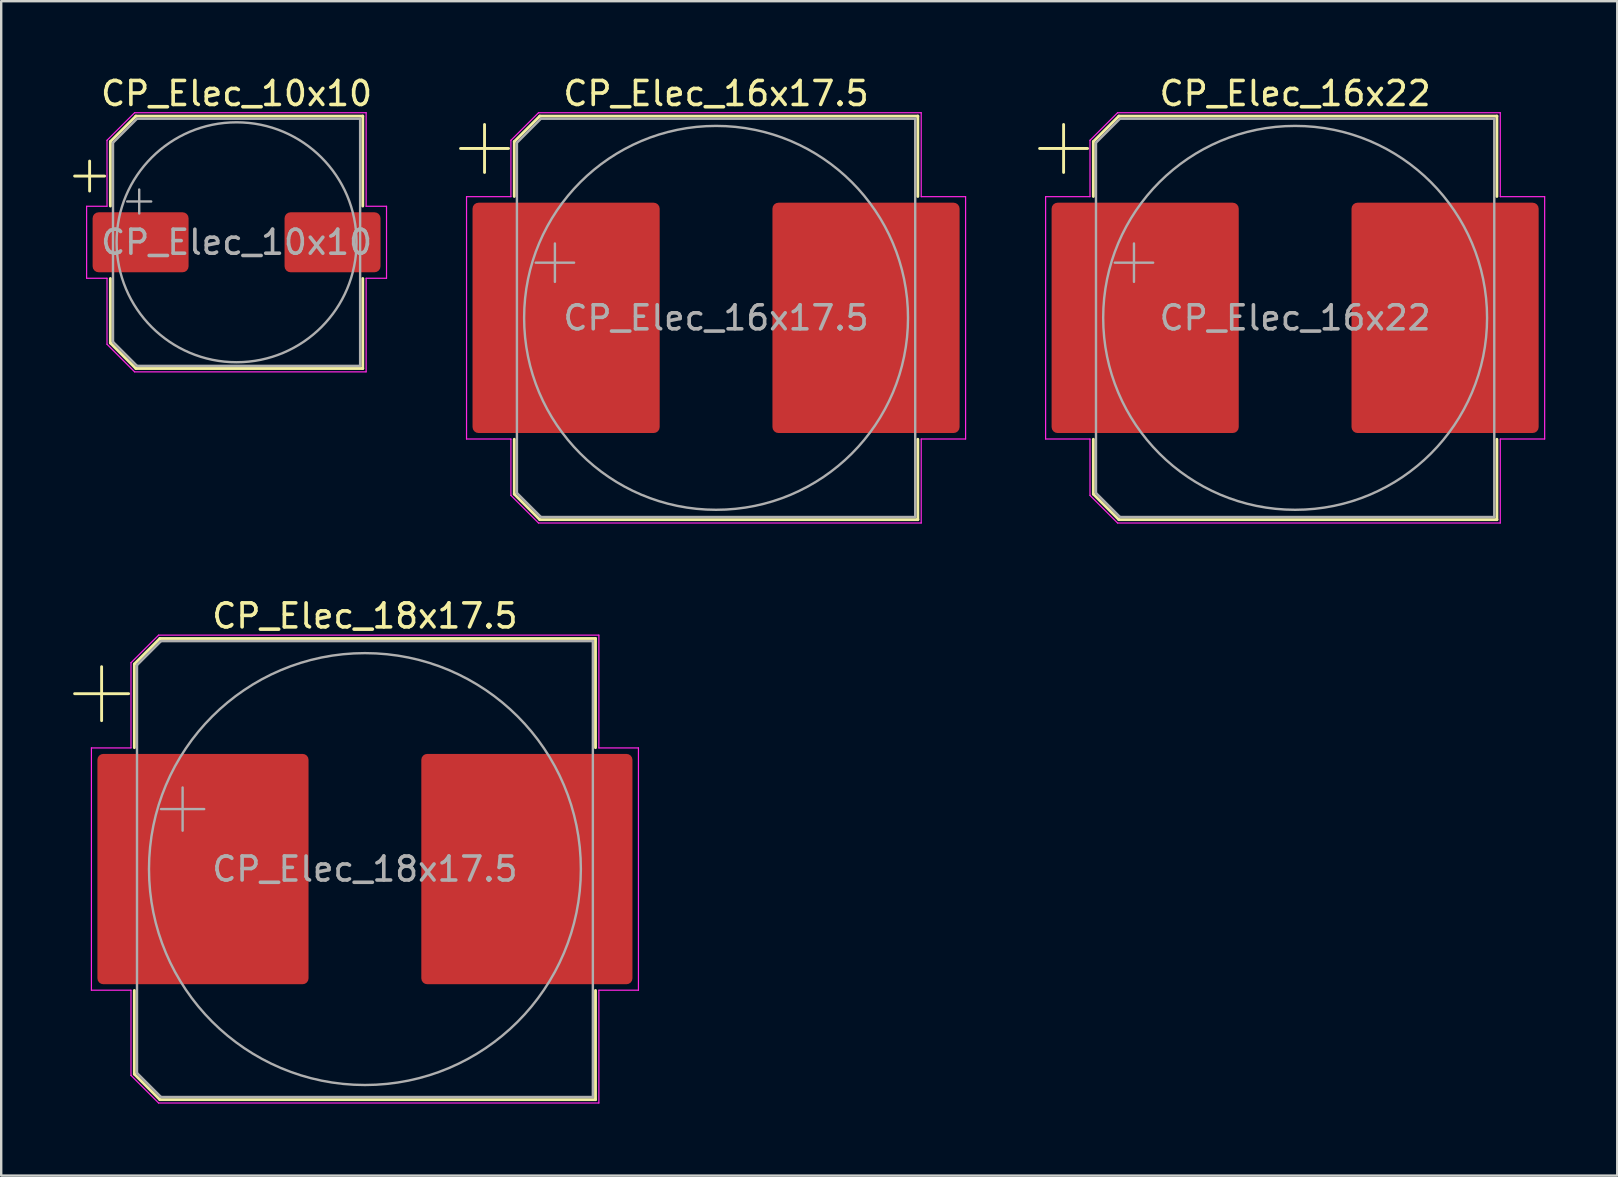
<source format=kicad_pcb>
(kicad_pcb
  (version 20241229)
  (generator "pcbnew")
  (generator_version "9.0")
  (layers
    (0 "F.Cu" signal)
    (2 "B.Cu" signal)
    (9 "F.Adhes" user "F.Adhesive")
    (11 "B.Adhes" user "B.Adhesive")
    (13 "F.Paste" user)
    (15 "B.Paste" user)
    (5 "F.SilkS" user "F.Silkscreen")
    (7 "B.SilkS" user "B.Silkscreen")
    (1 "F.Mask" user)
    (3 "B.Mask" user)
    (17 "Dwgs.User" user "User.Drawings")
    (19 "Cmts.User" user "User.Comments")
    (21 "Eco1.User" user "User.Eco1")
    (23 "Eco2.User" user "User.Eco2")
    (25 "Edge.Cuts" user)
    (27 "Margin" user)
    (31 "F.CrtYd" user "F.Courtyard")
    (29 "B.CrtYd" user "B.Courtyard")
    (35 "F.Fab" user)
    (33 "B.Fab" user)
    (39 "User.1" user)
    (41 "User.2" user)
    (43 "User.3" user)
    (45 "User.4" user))
  (footprint "CP_Elec_16x17.5"
    (layer "F.Cu")
    (at 26.795 10.198)
    (property "Reference" "CP_Elec_16x17.5" (at 0 -9.35 0) (layer "F.SilkS") (effects (font (size 1 1) (thickness 0.15))))
    (attr smd)
    (fp_line (start -10.65 -7.06) (end -8.65 -7.06) (stroke (width 0.12) (type solid)) (layer "F.SilkS"))
    (fp_line (start -9.65 -8.06) (end -9.65 -6.06) (stroke (width 0.12) (type solid)) (layer "F.SilkS"))
    (fp_line (start -8.41 -7.346) (end -8.41 -5.06) (stroke (width 0.12) (type solid)) (layer "F.SilkS"))
    (fp_line (start -8.41 -7.346) (end -7.346 -8.41) (stroke (width 0.12) (type solid)) (layer "F.SilkS"))
    (fp_line (start -8.41 7.346) (end -8.41 5.06) (stroke (width 0.12) (type solid)) (layer "F.SilkS"))
    (fp_line (start -8.41 7.346) (end -7.346 8.41) (stroke (width 0.12) (type solid)) (layer "F.SilkS"))
    (fp_line (start -7.346 -8.41) (end 8.41 -8.41) (stroke (width 0.12) (type solid)) (layer "F.SilkS"))
    (fp_line (start -7.346 8.41) (end 8.41 8.41) (stroke (width 0.12) (type solid)) (layer "F.SilkS"))
    (fp_line (start 8.41 -8.41) (end 8.41 -5.06) (stroke (width 0.12) (type solid)) (layer "F.SilkS"))
    (fp_line (start 8.41 8.41) (end 8.41 5.06) (stroke (width 0.12) (type solid)) (layer "F.SilkS"))
    (fp_line (start -10.4 -5.05) (end -10.4 5.05) (stroke (width 0.05) (type solid)) (layer "F.CrtYd"))
    (fp_line (start -10.4 5.05) (end -8.55 5.05) (stroke (width 0.05) (type solid)) (layer "F.CrtYd"))
    (fp_line (start -8.55 -7.4) (end -8.55 -5.05) (stroke (width 0.05) (type solid)) (layer "F.CrtYd"))
    (fp_line (start -8.55 -7.4) (end -7.4 -8.55) (stroke (width 0.05) (type solid)) (layer "F.CrtYd"))
    (fp_line (start -8.55 -5.05) (end -10.4 -5.05) (stroke (width 0.05) (type solid)) (layer "F.CrtYd"))
    (fp_line (start -8.55 5.05) (end -8.55 7.4) (stroke (width 0.05) (type solid)) (layer "F.CrtYd"))
    (fp_line (start -8.55 7.4) (end -7.4 8.55) (stroke (width 0.05) (type solid)) (layer "F.CrtYd"))
    (fp_line (start -7.4 -8.55) (end 8.55 -8.55) (stroke (width 0.05) (type solid)) (layer "F.CrtYd"))
    (fp_line (start -7.4 8.55) (end 8.55 8.55) (stroke (width 0.05) (type solid)) (layer "F.CrtYd"))
    (fp_line (start 8.55 -8.55) (end 8.55 -5.05) (stroke (width 0.05) (type solid)) (layer "F.CrtYd"))
    (fp_line (start 8.55 -5.05) (end 10.4 -5.05) (stroke (width 0.05) (type solid)) (layer "F.CrtYd"))
    (fp_line (start 8.55 5.05) (end 8.55 8.55) (stroke (width 0.05) (type solid)) (layer "F.CrtYd"))
    (fp_line (start 10.4 -5.05) (end 10.4 5.05) (stroke (width 0.05) (type solid)) (layer "F.CrtYd"))
    (fp_line (start 10.4 5.05) (end 8.55 5.05) (stroke (width 0.05) (type solid)) (layer "F.CrtYd"))
    (fp_line (start -8.3 -7.3) (end -8.3 7.3) (stroke (width 0.1) (type solid)) (layer "F.Fab"))
    (fp_line (start -8.3 -7.3) (end -7.3 -8.3) (stroke (width 0.1) (type solid)) (layer "F.Fab"))
    (fp_line (start -8.3 7.3) (end -7.3 8.3) (stroke (width 0.1) (type solid)) (layer "F.Fab"))
    (fp_line (start -7.517 -2.3) (end -5.917 -2.3) (stroke (width 0.1) (type solid)) (layer "F.Fab"))
    (fp_line (start -7.3 -8.3) (end 8.3 -8.3) (stroke (width 0.1) (type solid)) (layer "F.Fab"))
    (fp_line (start -7.3 8.3) (end 8.3 8.3) (stroke (width 0.1) (type solid)) (layer "F.Fab"))
    (fp_line (start -6.717 -3.1) (end -6.717 -1.5) (stroke (width 0.1) (type solid)) (layer "F.Fab"))
    (fp_line (start 8.3 -8.3) (end 8.3 8.3) (stroke (width 0.1) (type solid)) (layer "F.Fab"))
    (fp_circle (center 0 0) (end 8 0) (stroke (width 0.1) (type solid)) (fill no) (layer "F.Fab"))
    (fp_text user "${REFERENCE}" (at 0 0 0) (layer "F.Fab") (effects (font (size 1 1) (thickness 0.15))))
    (pad "1" smd roundrect (at -6.25 0) (size 7.8 9.6) (layers "F.Cu" "F.Mask" "F.Paste") (roundrect_rratio 0.032))
    (pad "2" smd roundrect (at 6.25 0) (size 7.8 9.6) (layers "F.Cu" "F.Mask" "F.Paste") (roundrect_rratio 0.032)))
  (footprint "CP_Elec_10x10"
    (layer "F.Cu")
    (at 6.81 7.048)
    (property "Reference" "CP_Elec_10x10" (at 0 -6.2 0) (layer "F.SilkS") (effects (font (size 1 1) (thickness 0.15))))
    (attr smd)
    (fp_line (start -6.75 -2.76) (end -5.5 -2.76) (stroke (width 0.12) (type solid)) (layer "F.SilkS"))
    (fp_line (start -6.125 -3.385) (end -6.125 -2.135) (stroke (width 0.12) (type solid)) (layer "F.SilkS"))
    (fp_line (start -5.26 -4.196) (end -5.26 -1.51) (stroke (width 0.12) (type solid)) (layer "F.SilkS"))
    (fp_line (start -5.26 -4.196) (end -4.196 -5.26) (stroke (width 0.12) (type solid)) (layer "F.SilkS"))
    (fp_line (start -5.26 4.196) (end -5.26 1.51) (stroke (width 0.12) (type solid)) (layer "F.SilkS"))
    (fp_line (start -5.26 4.196) (end -4.196 5.26) (stroke (width 0.12) (type solid)) (layer "F.SilkS"))
    (fp_line (start -4.196 -5.26) (end 5.26 -5.26) (stroke (width 0.12) (type solid)) (layer "F.SilkS"))
    (fp_line (start -4.196 5.26) (end 5.26 5.26) (stroke (width 0.12) (type solid)) (layer "F.SilkS"))
    (fp_line (start 5.26 -5.26) (end 5.26 -1.51) (stroke (width 0.12) (type solid)) (layer "F.SilkS"))
    (fp_line (start 5.26 5.26) (end 5.26 1.51) (stroke (width 0.12) (type solid)) (layer "F.SilkS"))
    (fp_line (start -6.25 -1.5) (end -6.25 1.5) (stroke (width 0.05) (type solid)) (layer "F.CrtYd"))
    (fp_line (start -6.25 1.5) (end -5.4 1.5) (stroke (width 0.05) (type solid)) (layer "F.CrtYd"))
    (fp_line (start -5.4 -4.25) (end -5.4 -1.5) (stroke (width 0.05) (type solid)) (layer "F.CrtYd"))
    (fp_line (start -5.4 -4.25) (end -4.25 -5.4) (stroke (width 0.05) (type solid)) (layer "F.CrtYd"))
    (fp_line (start -5.4 -1.5) (end -6.25 -1.5) (stroke (width 0.05) (type solid)) (layer "F.CrtYd"))
    (fp_line (start -5.4 1.5) (end -5.4 4.25) (stroke (width 0.05) (type solid)) (layer "F.CrtYd"))
    (fp_line (start -5.4 4.25) (end -4.25 5.4) (stroke (width 0.05) (type solid)) (layer "F.CrtYd"))
    (fp_line (start -4.25 -5.4) (end 5.4 -5.4) (stroke (width 0.05) (type solid)) (layer "F.CrtYd"))
    (fp_line (start -4.25 5.4) (end 5.4 5.4) (stroke (width 0.05) (type solid)) (layer "F.CrtYd"))
    (fp_line (start 5.4 -5.4) (end 5.4 -1.5) (stroke (width 0.05) (type solid)) (layer "F.CrtYd"))
    (fp_line (start 5.4 -1.5) (end 6.25 -1.5) (stroke (width 0.05) (type solid)) (layer "F.CrtYd"))
    (fp_line (start 5.4 1.5) (end 5.4 5.4) (stroke (width 0.05) (type solid)) (layer "F.CrtYd"))
    (fp_line (start 6.25 -1.5) (end 6.25 1.5) (stroke (width 0.05) (type solid)) (layer "F.CrtYd"))
    (fp_line (start 6.25 1.5) (end 5.4 1.5) (stroke (width 0.05) (type solid)) (layer "F.CrtYd"))
    (fp_line (start -5.15 -4.15) (end -5.15 4.15) (stroke (width 0.1) (type solid)) (layer "F.Fab"))
    (fp_line (start -5.15 -4.15) (end -4.15 -5.15) (stroke (width 0.1) (type solid)) (layer "F.Fab"))
    (fp_line (start -5.15 4.15) (end -4.15 5.15) (stroke (width 0.1) (type solid)) (layer "F.Fab"))
    (fp_line (start -4.558 -1.7) (end -3.558 -1.7) (stroke (width 0.1) (type solid)) (layer "F.Fab"))
    (fp_line (start -4.15 -5.15) (end 5.15 -5.15) (stroke (width 0.1) (type solid)) (layer "F.Fab"))
    (fp_line (start -4.15 5.15) (end 5.15 5.15) (stroke (width 0.1) (type solid)) (layer "F.Fab"))
    (fp_line (start -4.058 -2.2) (end -4.058 -1.2) (stroke (width 0.1) (type solid)) (layer "F.Fab"))
    (fp_line (start 5.15 -5.15) (end 5.15 5.15) (stroke (width 0.1) (type solid)) (layer "F.Fab"))
    (fp_circle (center 0 0) (end 5 0) (stroke (width 0.1) (type solid)) (fill no) (layer "F.Fab"))
    (fp_text user "${REFERENCE}" (at 0 0 0) (layer "F.Fab") (effects (font (size 1 1) (thickness 0.15))))
    (pad "1" smd roundrect (at -4 0) (size 4 2.5) (layers "F.Cu" "F.Mask" "F.Paste") (roundrect_rratio 0.1))
    (pad "2" smd roundrect (at 4 0) (size 4 2.5) (layers "F.Cu" "F.Mask" "F.Paste") (roundrect_rratio 0.1)))
  (footprint "CP_Elec_16x22"
    (layer "F.Cu")
    (at 50.93 10.198)
    (property "Reference" "CP_Elec_16x22" (at 0 -9.35 0) (layer "F.SilkS") (effects (font (size 1 1) (thickness 0.15))))
    (attr smd)
    (fp_line (start -10.65 -7.06) (end -8.65 -7.06) (stroke (width 0.12) (type solid)) (layer "F.SilkS"))
    (fp_line (start -9.65 -8.06) (end -9.65 -6.06) (stroke (width 0.12) (type solid)) (layer "F.SilkS"))
    (fp_line (start -8.41 -7.346) (end -8.41 -5.06) (stroke (width 0.12) (type solid)) (layer "F.SilkS"))
    (fp_line (start -8.41 -7.346) (end -7.346 -8.41) (stroke (width 0.12) (type solid)) (layer "F.SilkS"))
    (fp_line (start -8.41 7.346) (end -8.41 5.06) (stroke (width 0.12) (type solid)) (layer "F.SilkS"))
    (fp_line (start -8.41 7.346) (end -7.346 8.41) (stroke (width 0.12) (type solid)) (layer "F.SilkS"))
    (fp_line (start -7.346 -8.41) (end 8.41 -8.41) (stroke (width 0.12) (type solid)) (layer "F.SilkS"))
    (fp_line (start -7.346 8.41) (end 8.41 8.41) (stroke (width 0.12) (type solid)) (layer "F.SilkS"))
    (fp_line (start 8.41 -8.41) (end 8.41 -5.06) (stroke (width 0.12) (type solid)) (layer "F.SilkS"))
    (fp_line (start 8.41 8.41) (end 8.41 5.06) (stroke (width 0.12) (type solid)) (layer "F.SilkS"))
    (fp_line (start -10.4 -5.05) (end -10.4 5.05) (stroke (width 0.05) (type solid)) (layer "F.CrtYd"))
    (fp_line (start -10.4 5.05) (end -8.55 5.05) (stroke (width 0.05) (type solid)) (layer "F.CrtYd"))
    (fp_line (start -8.55 -7.4) (end -8.55 -5.05) (stroke (width 0.05) (type solid)) (layer "F.CrtYd"))
    (fp_line (start -8.55 -7.4) (end -7.4 -8.55) (stroke (width 0.05) (type solid)) (layer "F.CrtYd"))
    (fp_line (start -8.55 -5.05) (end -10.4 -5.05) (stroke (width 0.05) (type solid)) (layer "F.CrtYd"))
    (fp_line (start -8.55 5.05) (end -8.55 7.4) (stroke (width 0.05) (type solid)) (layer "F.CrtYd"))
    (fp_line (start -8.55 7.4) (end -7.4 8.55) (stroke (width 0.05) (type solid)) (layer "F.CrtYd"))
    (fp_line (start -7.4 -8.55) (end 8.55 -8.55) (stroke (width 0.05) (type solid)) (layer "F.CrtYd"))
    (fp_line (start -7.4 8.55) (end 8.55 8.55) (stroke (width 0.05) (type solid)) (layer "F.CrtYd"))
    (fp_line (start 8.55 -8.55) (end 8.55 -5.05) (stroke (width 0.05) (type solid)) (layer "F.CrtYd"))
    (fp_line (start 8.55 -5.05) (end 10.4 -5.05) (stroke (width 0.05) (type solid)) (layer "F.CrtYd"))
    (fp_line (start 8.55 5.05) (end 8.55 8.55) (stroke (width 0.05) (type solid)) (layer "F.CrtYd"))
    (fp_line (start 10.4 -5.05) (end 10.4 5.05) (stroke (width 0.05) (type solid)) (layer "F.CrtYd"))
    (fp_line (start 10.4 5.05) (end 8.55 5.05) (stroke (width 0.05) (type solid)) (layer "F.CrtYd"))
    (fp_line (start -8.3 -7.3) (end -8.3 7.3) (stroke (width 0.1) (type solid)) (layer "F.Fab"))
    (fp_line (start -8.3 -7.3) (end -7.3 -8.3) (stroke (width 0.1) (type solid)) (layer "F.Fab"))
    (fp_line (start -8.3 7.3) (end -7.3 8.3) (stroke (width 0.1) (type solid)) (layer "F.Fab"))
    (fp_line (start -7.517 -2.3) (end -5.917 -2.3) (stroke (width 0.1) (type solid)) (layer "F.Fab"))
    (fp_line (start -7.3 -8.3) (end 8.3 -8.3) (stroke (width 0.1) (type solid)) (layer "F.Fab"))
    (fp_line (start -7.3 8.3) (end 8.3 8.3) (stroke (width 0.1) (type solid)) (layer "F.Fab"))
    (fp_line (start -6.717 -3.1) (end -6.717 -1.5) (stroke (width 0.1) (type solid)) (layer "F.Fab"))
    (fp_line (start 8.3 -8.3) (end 8.3 8.3) (stroke (width 0.1) (type solid)) (layer "F.Fab"))
    (fp_circle (center 0 0) (end 8 0) (stroke (width 0.1) (type solid)) (fill no) (layer "F.Fab"))
    (fp_text user "${REFERENCE}" (at 0 0 0) (layer "F.Fab") (effects (font (size 1 1) (thickness 0.15))))
    (pad "1" smd roundrect (at -6.25 0) (size 7.8 9.6) (layers "F.Cu" "F.Mask" "F.Paste") (roundrect_rratio 0.032))
    (pad "2" smd roundrect (at 6.25 0) (size 7.8 9.6) (layers "F.Cu" "F.Mask" "F.Paste") (roundrect_rratio 0.032)))
  (footprint "CP_Elec_18x17.5"
    (layer "F.Cu")
    (at 12.16 33.172)
    (property "Reference" "CP_Elec_18x17.5" (at 0 -10.55 0) (layer "F.SilkS") (effects (font (size 1 1) (thickness 0.15))))
    (attr smd)
    (fp_line (start -12.1 -7.31) (end -9.85 -7.31) (stroke (width 0.12) (type solid)) (layer "F.SilkS"))
    (fp_line (start -10.975 -8.435) (end -10.975 -6.185) (stroke (width 0.12) (type solid)) (layer "F.SilkS"))
    (fp_line (start -9.61 -8.546) (end -9.61 -5.06) (stroke (width 0.12) (type solid)) (layer "F.SilkS"))
    (fp_line (start -9.61 -8.546) (end -8.546 -9.61) (stroke (width 0.12) (type solid)) (layer "F.SilkS"))
    (fp_line (start -9.61 8.546) (end -9.61 5.06) (stroke (width 0.12) (type solid)) (layer "F.SilkS"))
    (fp_line (start -9.61 8.546) (end -8.546 9.61) (stroke (width 0.12) (type solid)) (layer "F.SilkS"))
    (fp_line (start -8.546 -9.61) (end 9.61 -9.61) (stroke (width 0.12) (type solid)) (layer "F.SilkS"))
    (fp_line (start -8.546 9.61) (end 9.61 9.61) (stroke (width 0.12) (type solid)) (layer "F.SilkS"))
    (fp_line (start 9.61 -9.61) (end 9.61 -5.06) (stroke (width 0.12) (type solid)) (layer "F.SilkS"))
    (fp_line (start 9.61 9.61) (end 9.61 5.06) (stroke (width 0.12) (type solid)) (layer "F.SilkS"))
    (fp_line (start -11.4 -5.05) (end -11.4 5.05) (stroke (width 0.05) (type solid)) (layer "F.CrtYd"))
    (fp_line (start -11.4 5.05) (end -9.75 5.05) (stroke (width 0.05) (type solid)) (layer "F.CrtYd"))
    (fp_line (start -9.75 -8.6) (end -9.75 -5.05) (stroke (width 0.05) (type solid)) (layer "F.CrtYd"))
    (fp_line (start -9.75 -8.6) (end -8.6 -9.75) (stroke (width 0.05) (type solid)) (layer "F.CrtYd"))
    (fp_line (start -9.75 -5.05) (end -11.4 -5.05) (stroke (width 0.05) (type solid)) (layer "F.CrtYd"))
    (fp_line (start -9.75 5.05) (end -9.75 8.6) (stroke (width 0.05) (type solid)) (layer "F.CrtYd"))
    (fp_line (start -9.75 8.6) (end -8.6 9.75) (stroke (width 0.05) (type solid)) (layer "F.CrtYd"))
    (fp_line (start -8.6 -9.75) (end 9.75 -9.75) (stroke (width 0.05) (type solid)) (layer "F.CrtYd"))
    (fp_line (start -8.6 9.75) (end 9.75 9.75) (stroke (width 0.05) (type solid)) (layer "F.CrtYd"))
    (fp_line (start 9.75 -9.75) (end 9.75 -5.05) (stroke (width 0.05) (type solid)) (layer "F.CrtYd"))
    (fp_line (start 9.75 -5.05) (end 11.4 -5.05) (stroke (width 0.05) (type solid)) (layer "F.CrtYd"))
    (fp_line (start 9.75 5.05) (end 9.75 9.75) (stroke (width 0.05) (type solid)) (layer "F.CrtYd"))
    (fp_line (start 11.4 -5.05) (end 11.4 5.05) (stroke (width 0.05) (type solid)) (layer "F.CrtYd"))
    (fp_line (start 11.4 5.05) (end 9.75 5.05) (stroke (width 0.05) (type solid)) (layer "F.CrtYd"))
    (fp_line (start -9.5 -8.5) (end -9.5 8.5) (stroke (width 0.1) (type solid)) (layer "F.Fab"))
    (fp_line (start -9.5 -8.5) (end -8.5 -9.5) (stroke (width 0.1) (type solid)) (layer "F.Fab"))
    (fp_line (start -9.5 8.5) (end -8.5 9.5) (stroke (width 0.1) (type solid)) (layer "F.Fab"))
    (fp_line (start -8.5 -9.5) (end 9.5 -9.5) (stroke (width 0.1) (type solid)) (layer "F.Fab"))
    (fp_line (start -8.5 9.5) (end 9.5 9.5) (stroke (width 0.1) (type solid)) (layer "F.Fab"))
    (fp_line (start -8.499 -2.5) (end -6.699 -2.5) (stroke (width 0.1) (type solid)) (layer "F.Fab"))
    (fp_line (start -7.599 -3.4) (end -7.599 -1.6) (stroke (width 0.1) (type solid)) (layer "F.Fab"))
    (fp_line (start 9.5 -9.5) (end 9.5 9.5) (stroke (width 0.1) (type solid)) (layer "F.Fab"))
    (fp_circle (center 0 0) (end 9 0) (stroke (width 0.1) (type solid)) (fill no) (layer "F.Fab"))
    (fp_text user "${REFERENCE}" (at 0 0 0) (layer "F.Fab") (effects (font (size 1 1) (thickness 0.15))))
    (pad "1" smd roundrect (at -6.75 0) (size 8.8 9.6) (layers "F.Cu" "F.Mask" "F.Paste") (roundrect_rratio 0.028))
    (pad "2" smd roundrect (at 6.75 0) (size 8.8 9.6) (layers "F.Cu" "F.Mask" "F.Paste") (roundrect_rratio 0.028)))
  (gr_rect
    (start -3 -3)
    (end 64.355 45.947)
    (stroke (width 0.1) (type default))
    (fill no)
    (layer "Edge.Cuts")))
</source>
